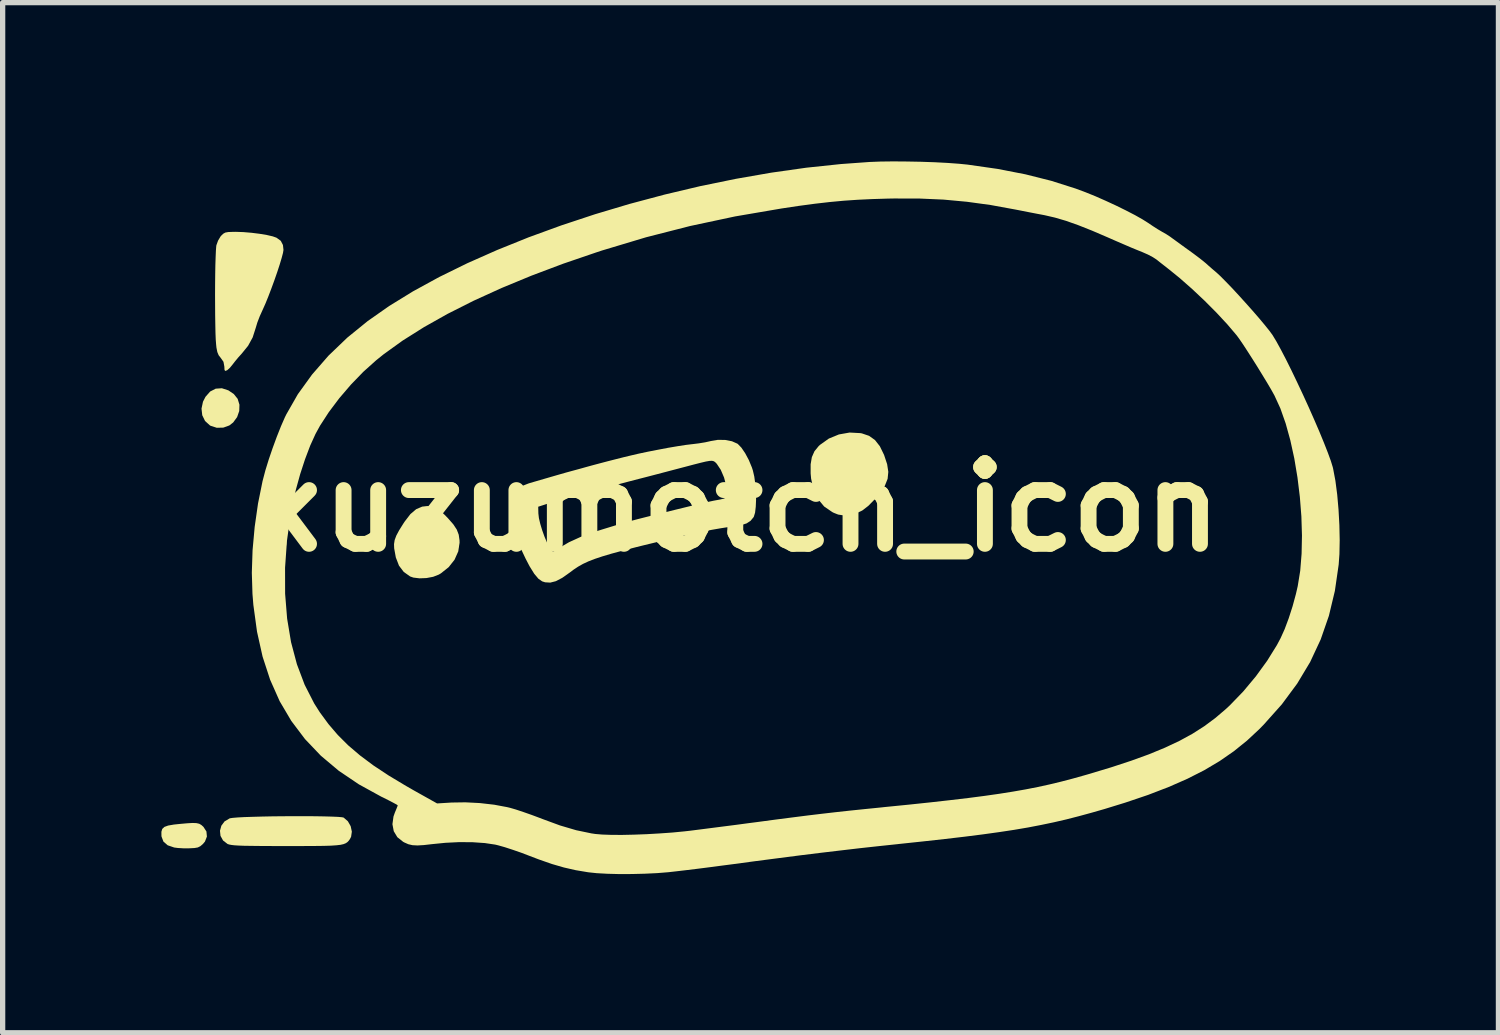
<source format=kicad_pcb>
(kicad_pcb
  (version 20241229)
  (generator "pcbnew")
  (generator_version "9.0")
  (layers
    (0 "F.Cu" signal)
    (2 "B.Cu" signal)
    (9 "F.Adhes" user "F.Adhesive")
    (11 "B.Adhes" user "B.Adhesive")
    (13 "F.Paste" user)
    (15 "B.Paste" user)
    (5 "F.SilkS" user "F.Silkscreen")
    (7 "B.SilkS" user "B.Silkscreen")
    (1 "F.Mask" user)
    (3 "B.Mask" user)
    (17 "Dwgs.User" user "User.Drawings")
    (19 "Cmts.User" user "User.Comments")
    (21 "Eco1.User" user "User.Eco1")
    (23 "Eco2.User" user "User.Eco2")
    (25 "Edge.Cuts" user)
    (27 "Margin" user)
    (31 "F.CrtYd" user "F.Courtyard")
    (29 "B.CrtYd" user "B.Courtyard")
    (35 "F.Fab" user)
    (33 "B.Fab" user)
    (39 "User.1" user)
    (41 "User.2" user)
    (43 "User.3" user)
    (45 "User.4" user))
  (footprint "kuzumotch_icon"
    (layer "F.Cu")
    (at 10.918 6.538)
    (property "Reference" "kuzumotch_icon" (at 0 0 0) (layer "F.SilkS") (effects (font (size 1.524 1.524) (thickness 0.3))))
    (attr board_only exclude_from_pos_files exclude_from_bom)
    (fp_poly (pts (xy -9.652 -2.211) (xy -9.55 -2.142) (xy -9.477 -2.051) (xy -9.443 -1.94) (xy -9.447 -1.821) (xy -9.487 -1.706) (xy -9.562 -1.604) (xy -9.634 -1.548) (xy -9.747 -1.507) (xy -9.871 -1.504) (xy -9.986 -1.541) (xy -10 -1.548) (xy -10.093 -1.632) (xy -10.146 -1.741) (xy -10.16 -1.866) (xy -10.132 -1.997) (xy -10.085 -2.089) (xy -9.997 -2.189) (xy -9.892 -2.243) (xy -9.775 -2.251)) (stroke (width 0) (type solid)) (fill yes) (layer "F.SilkS"))
    (fp_poly (pts (xy -10.255 5.967) (xy -10.203 5.979) (xy -10.163 6.002) (xy -10.124 6.037) (xy -10.067 6.125) (xy -10.058 6.221) (xy -10.095 6.316) (xy -10.136 6.364) (xy -10.182 6.403) (xy -10.23 6.427) (xy -10.295 6.438) (xy -10.393 6.443) (xy -10.396 6.443) (xy -10.504 6.443) (xy -10.606 6.437) (xy -10.676 6.428) (xy -10.799 6.386) (xy -10.879 6.317) (xy -10.915 6.223) (xy -10.917 6.208) (xy -10.918 6.131) (xy -10.902 6.077) (xy -10.862 6.039) (xy -10.791 6.013) (xy -10.681 5.994) (xy -10.576 5.983) (xy -10.431 5.97) (xy -10.328 5.964)) (stroke (width 0) (type solid)) (fill yes) (layer "F.SilkS"))
    (fp_poly (pts (xy -5.809 -0.018) (xy -5.733 0.008) (xy -5.655 0.059) (xy -5.564 0.142) (xy -5.503 0.205) (xy -5.402 0.32) (xy -5.336 0.42) (xy -5.299 0.517) (xy -5.284 0.624) (xy -5.283 0.667) (xy -5.308 0.832) (xy -5.378 0.989) (xy -5.489 1.13) (xy -5.636 1.247) (xy -5.677 1.271) (xy -5.782 1.312) (xy -5.909 1.336) (xy -6.04 1.341) (xy -6.156 1.327) (xy -6.217 1.306) (xy -6.338 1.22) (xy -6.428 1.102) (xy -6.488 0.946) (xy -6.519 0.775) (xy -6.522 0.695) (xy -6.51 0.618) (xy -6.479 0.534) (xy -6.425 0.433) (xy -6.345 0.305) (xy -6.319 0.266) (xy -6.212 0.127) (xy -6.104 0.035) (xy -5.99 -0.014) (xy -5.894 -0.025)) (stroke (width 0) (type solid)) (fill yes) (layer "F.SilkS"))
    (fp_poly (pts (xy 2.291 -1.403) (xy 2.319 -1.398) (xy 2.455 -1.352) (xy 2.566 -1.273) (xy 2.659 -1.155) (xy 2.738 -0.993) (xy 2.742 -0.982) (xy 2.797 -0.815) (xy 2.819 -0.671) (xy 2.806 -0.54) (xy 2.755 -0.411) (xy 2.664 -0.273) (xy 2.568 -0.158) (xy 2.442 -0.029) (xy 2.326 0.06) (xy 2.208 0.115) (xy 2.079 0.142) (xy 2.05 0.145) (xy 1.949 0.148) (xy 1.871 0.136) (xy 1.79 0.104) (xy 1.76 0.089) (xy 1.607 -0.016) (xy 1.489 -0.157) (xy 1.406 -0.334) (xy 1.36 -0.543) (xy 1.351 -0.642) (xy 1.351 -0.814) (xy 1.374 -0.949) (xy 1.423 -1.06) (xy 1.503 -1.158) (xy 1.529 -1.182) (xy 1.695 -1.3) (xy 1.885 -1.378) (xy 2.088 -1.414)) (stroke (width 0) (type solid)) (fill yes) (layer "F.SilkS"))
    (fp_poly (pts (xy -8.205 5.836) (xy -8.015 5.837) (xy -7.843 5.84) (xy -7.696 5.844) (xy -7.58 5.849) (xy -7.503 5.856) (xy -7.473 5.863) (xy -7.394 5.932) (xy -7.341 6.025) (xy -7.319 6.128) (xy -7.333 6.225) (xy -7.355 6.268) (xy -7.378 6.3) (xy -7.403 6.326) (xy -7.434 6.347) (xy -7.476 6.364) (xy -7.533 6.377) (xy -7.612 6.386) (xy -7.715 6.393) (xy -7.849 6.397) (xy -8.018 6.399) (xy -8.226 6.4) (xy -8.479 6.4) (xy -8.565 6.4) (xy -8.827 6.4) (xy -9.042 6.399) (xy -9.217 6.397) (xy -9.355 6.395) (xy -9.461 6.391) (xy -9.54 6.386) (xy -9.598 6.379) (xy -9.638 6.371) (xy -9.665 6.362) (xy -9.668 6.361) (xy -9.753 6.295) (xy -9.801 6.208) (xy -9.811 6.111) (xy -9.785 6.016) (xy -9.725 5.935) (xy -9.631 5.879) (xy -9.624 5.876) (xy -9.573 5.868) (xy -9.48 5.86) (xy -9.351 5.853) (xy -9.194 5.848) (xy -9.013 5.843) (xy -8.818 5.839) (xy -8.613 5.837) (xy -8.407 5.836)) (stroke (width 0) (type solid)) (fill yes) (layer "F.SilkS"))
    (fp_poly (pts (xy -9.37 -5.202) (xy -9.215 -5.189) (xy -9.063 -5.17) (xy -8.925 -5.147) (xy -8.813 -5.121) (xy -8.743 -5.096) (xy -8.662 -5.037) (xy -8.621 -4.958) (xy -8.611 -4.865) (xy -8.62 -4.809) (xy -8.645 -4.714) (xy -8.682 -4.59) (xy -8.729 -4.446) (xy -8.783 -4.291) (xy -8.84 -4.135) (xy -8.897 -3.986) (xy -8.951 -3.853) (xy -8.999 -3.745) (xy -9.01 -3.721) (xy -9.06 -3.61) (xy -9.105 -3.493) (xy -9.134 -3.396) (xy -9.193 -3.212) (xy -9.28 -3.053) (xy -9.396 -2.91) (xy -9.468 -2.83) (xy -9.533 -2.751) (xy -9.573 -2.699) (xy -9.623 -2.638) (xy -9.672 -2.594) (xy -9.679 -2.59) (xy -9.711 -2.578) (xy -9.725 -2.596) (xy -9.728 -2.653) (xy -9.728 -2.658) (xy -9.745 -2.751) (xy -9.797 -2.825) (xy -9.836 -2.875) (xy -9.861 -2.935) (xy -9.878 -3.02) (xy -9.884 -3.08) (xy -9.891 -3.17) (xy -9.896 -3.296) (xy -9.899 -3.452) (xy -9.902 -3.631) (xy -9.903 -3.823) (xy -9.904 -4.022) (xy -9.903 -4.22) (xy -9.901 -4.41) (xy -9.898 -4.583) (xy -9.893 -4.733) (xy -9.888 -4.851) (xy -9.882 -4.93) (xy -9.879 -4.953) (xy -9.847 -5.041) (xy -9.8 -5.12) (xy -9.785 -5.137) (xy -9.748 -5.172) (xy -9.71 -5.193) (xy -9.655 -5.203) (xy -9.572 -5.206) (xy -9.514 -5.207)) (stroke (width 0) (type solid)) (fill yes) (layer "F.SilkS"))
    (fp_poly (pts (xy -0.264 -1.274) (xy -0.135 -1.249) (xy -0.034 -1.204) (xy -0.026 -1.199) (xy 0.042 -1.129) (xy 0.114 -1.023) (xy 0.183 -0.894) (xy 0.241 -0.754) (xy 0.259 -0.699) (xy 0.286 -0.583) (xy 0.305 -0.444) (xy 0.317 -0.295) (xy 0.32 -0.147) (xy 0.314 -0.011) (xy 0.301 0.1) (xy 0.278 0.175) (xy 0.273 0.185) (xy 0.215 0.255) (xy 0.141 0.303) (xy 0.039 0.336) (xy -0.101 0.358) (xy -0.108 0.359) (xy -0.215 0.374) (xy -0.354 0.396) (xy -0.51 0.423) (xy -0.67 0.454) (xy -0.819 0.484) (xy -0.945 0.511) (xy -1.029 0.532) (xy -1.086 0.547) (xy -1.178 0.569) (xy -1.29 0.595) (xy -1.359 0.611) (xy -1.488 0.64) (xy -1.645 0.678) (xy -1.81 0.718) (xy -1.943 0.751) (xy -2.198 0.817) (xy -2.409 0.874) (xy -2.584 0.926) (xy -2.728 0.974) (xy -2.849 1.021) (xy -2.952 1.069) (xy -3.044 1.121) (xy -3.131 1.179) (xy -3.2 1.231) (xy -3.343 1.332) (xy -3.464 1.395) (xy -3.569 1.422) (xy -3.667 1.416) (xy -3.723 1.398) (xy -3.794 1.348) (xy -3.873 1.254) (xy -3.961 1.112) (xy -4.038 0.964) (xy -4.129 0.771) (xy -4.195 0.609) (xy -4.24 0.464) (xy -4.269 0.324) (xy -4.284 0.178) (xy -4.285 0.161) (xy -4.29 -0.012) (xy -3.797 -0.012) (xy -3.794 0.115) (xy -3.784 0.203) (xy -3.758 0.313) (xy -3.722 0.432) (xy -3.679 0.552) (xy -3.632 0.663) (xy -3.586 0.754) (xy -3.545 0.816) (xy -3.513 0.838) (xy -3.488 0.825) (xy -3.434 0.791) (xy -3.387 0.759) (xy -3.216 0.659) (xy -2.999 0.56) (xy -2.739 0.465) (xy -2.603 0.422) (xy -2.479 0.384) (xy -2.365 0.349) (xy -2.275 0.321) (xy -2.22 0.304) (xy -2.158 0.286) (xy -2.055 0.259) (xy -1.919 0.223) (xy -1.757 0.182) (xy -1.577 0.137) (xy -1.389 0.09) (xy -1.198 0.043) (xy -1.014 -0.002) (xy -0.845 -0.043) (xy -0.698 -0.078) (xy -0.58 -0.105) (xy -0.501 -0.122) (xy -0.483 -0.126) (xy -0.368 -0.147) (xy -0.294 -0.164) (xy -0.253 -0.182) (xy -0.234 -0.205) (xy -0.229 -0.238) (xy -0.229 -0.254) (xy -0.244 -0.407) (xy -0.285 -0.564) (xy -0.347 -0.709) (xy -0.422 -0.822) (xy -0.433 -0.834) (xy -0.456 -0.857) (xy -0.48 -0.872) (xy -0.513 -0.88) (xy -0.56 -0.878) (xy -0.629 -0.866) (xy -0.726 -0.843) (xy -0.859 -0.809) (xy -1.033 -0.763) (xy -1.041 -0.761) (xy -1.197 -0.72) (xy -1.383 -0.671) (xy -1.581 -0.619) (xy -1.773 -0.569) (xy -1.867 -0.545) (xy -2.06 -0.495) (xy -2.269 -0.44) (xy -2.487 -0.382) (xy -2.707 -0.323) (xy -2.921 -0.265) (xy -3.121 -0.21) (xy -3.302 -0.16) (xy -3.456 -0.117) (xy -3.576 -0.082) (xy -3.654 -0.059) (xy -3.658 -0.057) (xy -3.797 -0.012) (xy -4.29 -0.012) (xy -4.29 -0.02) (xy -4.279 -0.161) (xy -4.246 -0.266) (xy -4.188 -0.345) (xy -4.102 -0.404) (xy -3.982 -0.451) (xy -3.954 -0.46) (xy -3.683 -0.539) (xy -3.459 -0.604) (xy -3.278 -0.656) (xy -3.139 -0.694) (xy -3.124 -0.698) (xy -3.017 -0.727) (xy -2.91 -0.757) (xy -2.845 -0.775) (xy -2.757 -0.799) (xy -2.633 -0.832) (xy -2.485 -0.871) (xy -2.328 -0.911) (xy -2.174 -0.95) (xy -2.057 -0.978) (xy -1.903 -1.014) (xy -1.724 -1.052) (xy -1.534 -1.089) (xy -1.345 -1.125) (xy -1.168 -1.155) (xy -1.015 -1.179) (xy -0.899 -1.193) (xy -0.889 -1.194) (xy -0.767 -1.209) (xy -0.644 -1.229) (xy -0.544 -1.251) (xy -0.533 -1.254) (xy -0.403 -1.276)) (stroke (width 0) (type solid)) (fill yes) (layer "F.SilkS"))
    (fp_poly (pts (xy 3.167 -6.536) (xy 3.433 -6.531) (xy 3.695 -6.522) (xy 3.941 -6.509) (xy 4.159 -6.493) (xy 4.318 -6.477) (xy 4.884 -6.396) (xy 5.409 -6.294) (xy 5.898 -6.171) (xy 6.358 -6.025) (xy 6.546 -5.955) (xy 6.729 -5.881) (xy 6.924 -5.795) (xy 7.121 -5.704) (xy 7.31 -5.611) (xy 7.482 -5.522) (xy 7.625 -5.441) (xy 7.725 -5.378) (xy 7.82 -5.314) (xy 7.914 -5.254) (xy 7.987 -5.211) (xy 7.988 -5.21) (xy 8.068 -5.165) (xy 8.139 -5.119) (xy 8.153 -5.109) (xy 8.198 -5.076) (xy 8.274 -5.021) (xy 8.37 -4.951) (xy 8.476 -4.874) (xy 8.484 -4.869) (xy 8.591 -4.791) (xy 8.688 -4.718) (xy 8.765 -4.658) (xy 8.812 -4.619) (xy 8.814 -4.618) (xy 8.866 -4.571) (xy 8.94 -4.506) (xy 9.018 -4.44) (xy 9.093 -4.371) (xy 9.192 -4.271) (xy 9.31 -4.149) (xy 9.439 -4.01) (xy 9.572 -3.863) (xy 9.704 -3.715) (xy 9.827 -3.573) (xy 9.934 -3.445) (xy 10.02 -3.338) (xy 10.078 -3.259) (xy 10.08 -3.256) (xy 10.152 -3.137) (xy 10.237 -2.982) (xy 10.333 -2.798) (xy 10.437 -2.589) (xy 10.545 -2.364) (xy 10.655 -2.13) (xy 10.764 -1.891) (xy 10.868 -1.656) (xy 10.965 -1.431) (xy 11.051 -1.222) (xy 11.124 -1.036) (xy 11.181 -0.88) (xy 11.218 -0.76) (xy 11.225 -0.73) (xy 11.268 -0.503) (xy 11.302 -0.241) (xy 11.327 0.044) (xy 11.343 0.335) (xy 11.349 0.62) (xy 11.344 0.884) (xy 11.33 1.08) (xy 11.258 1.578) (xy 11.145 2.049) (xy 10.99 2.496) (xy 10.791 2.922) (xy 10.546 3.33) (xy 10.255 3.723) (xy 9.915 4.104) (xy 9.83 4.191) (xy 9.596 4.409) (xy 9.348 4.609) (xy 9.081 4.794) (xy 8.79 4.967) (xy 8.471 5.129) (xy 8.118 5.284) (xy 7.728 5.434) (xy 7.296 5.58) (xy 6.903 5.701) (xy 6.655 5.772) (xy 6.416 5.837) (xy 6.182 5.897) (xy 5.949 5.951) (xy 5.71 6.001) (xy 5.461 6.049) (xy 5.197 6.094) (xy 4.913 6.137) (xy 4.604 6.18) (xy 4.264 6.223) (xy 3.889 6.267) (xy 3.473 6.313) (xy 3.012 6.362) (xy 2.997 6.364) (xy 2.637 6.402) (xy 2.281 6.441) (xy 1.922 6.483) (xy 1.551 6.527) (xy 1.161 6.575) (xy 0.743 6.629) (xy 0.289 6.688) (xy -0.102 6.741) (xy -0.326 6.77) (xy -0.553 6.8) (xy -0.773 6.828) (xy -0.977 6.853) (xy -1.155 6.874) (xy -1.296 6.89) (xy -1.34 6.895) (xy -1.551 6.912) (xy -1.784 6.923) (xy -2.026 6.929) (xy -2.266 6.93) (xy -2.491 6.924) (xy -2.691 6.913) (xy -2.852 6.896) (xy -2.858 6.895) (xy -3.09 6.856) (xy -3.313 6.805) (xy -3.54 6.739) (xy -3.786 6.653) (xy -3.962 6.586) (xy -4.119 6.526) (xy -4.278 6.471) (xy -4.428 6.422) (xy -4.552 6.387) (xy -4.61 6.373) (xy -4.805 6.344) (xy -5.036 6.328) (xy -5.289 6.326) (xy -5.551 6.339) (xy -5.802 6.364) (xy -5.96 6.382) (xy -6.08 6.389) (xy -6.173 6.384) (xy -6.251 6.366) (xy -6.326 6.333) (xy -6.35 6.32) (xy -6.459 6.233) (xy -6.527 6.12) (xy -6.552 5.987) (xy -6.532 5.842) (xy -6.506 5.768) (xy -6.476 5.696) (xy -6.456 5.645) (xy -6.452 5.631) (xy -6.473 5.616) (xy -6.532 5.584) (xy -6.62 5.538) (xy -6.729 5.483) (xy -6.763 5.467) (xy -7.185 5.235) (xy -7.566 4.978) (xy -7.906 4.692) (xy -8.204 4.379) (xy -8.463 4.036) (xy -8.683 3.663) (xy -8.863 3.258) (xy -9.006 2.82) (xy -9.111 2.349) (xy -9.18 1.844) (xy -9.197 1.635) (xy -9.209 1.236) (xy -9.206 1.14) (xy -8.581 1.14) (xy -8.58 1.632) (xy -8.542 2.102) (xy -8.468 2.547) (xy -8.357 2.965) (xy -8.211 3.352) (xy -8.03 3.706) (xy -7.924 3.873) (xy -7.761 4.095) (xy -7.584 4.302) (xy -7.387 4.498) (xy -7.164 4.688) (xy -6.911 4.877) (xy -6.622 5.068) (xy -6.292 5.266) (xy -6.149 5.348) (xy -5.708 5.595) (xy -5.433 5.578) (xy -5.174 5.574) (xy -4.9 5.588) (xy -4.629 5.619) (xy -4.383 5.665) (xy -4.329 5.678) (xy -4.219 5.71) (xy -4.078 5.757) (xy -3.921 5.812) (xy -3.766 5.87) (xy -3.717 5.889) (xy -3.385 6.011) (xy -3.08 6.101) (xy -2.792 6.161) (xy -2.718 6.172) (xy -2.588 6.183) (xy -2.417 6.189) (xy -2.214 6.19) (xy -1.988 6.185) (xy -1.748 6.176) (xy -1.503 6.162) (xy -1.263 6.145) (xy -1.036 6.123) (xy -0.929 6.111) (xy -0.756 6.089) (xy -0.545 6.062) (xy -0.312 6.032) (xy -0.069 6.001) (xy 0.169 5.969) (xy 0.354 5.945) (xy 0.705 5.898) (xy 1.016 5.858) (xy 1.299 5.822) (xy 1.566 5.79) (xy 1.826 5.76) (xy 2.091 5.731) (xy 2.372 5.702) (xy 2.68 5.671) (xy 2.743 5.664) (xy 3.205 5.618) (xy 3.621 5.574) (xy 3.995 5.532) (xy 4.333 5.492) (xy 4.64 5.452) (xy 4.92 5.412) (xy 5.177 5.371) (xy 5.417 5.329) (xy 5.645 5.284) (xy 5.865 5.236) (xy 6.081 5.184) (xy 6.299 5.127) (xy 6.524 5.064) (xy 6.604 5.041) (xy 7.029 4.913) (xy 7.409 4.788) (xy 7.748 4.665) (xy 8.05 4.54) (xy 8.322 4.412) (xy 8.567 4.278) (xy 8.791 4.135) (xy 8.997 3.982) (xy 9.192 3.816) (xy 9.275 3.739) (xy 9.527 3.478) (xy 9.765 3.193) (xy 9.979 2.898) (xy 10.161 2.605) (xy 10.232 2.472) (xy 10.309 2.301) (xy 10.386 2.095) (xy 10.459 1.868) (xy 10.522 1.636) (xy 10.556 1.488) (xy 10.603 1.198) (xy 10.629 0.877) (xy 10.636 0.532) (xy 10.625 0.171) (xy 10.596 -0.198) (xy 10.551 -0.566) (xy 10.491 -0.925) (xy 10.416 -1.268) (xy 10.328 -1.586) (xy 10.228 -1.87) (xy 10.116 -2.114) (xy 10.11 -2.125) (xy 10.052 -2.229) (xy 9.976 -2.358) (xy 9.887 -2.504) (xy 9.792 -2.659) (xy 9.695 -2.813) (xy 9.602 -2.958) (xy 9.519 -3.085) (xy 9.45 -3.186) (xy 9.402 -3.251) (xy 9.228 -3.456) (xy 9.023 -3.677) (xy 8.797 -3.904) (xy 8.561 -4.126) (xy 8.327 -4.332) (xy 8.125 -4.496) (xy 8.037 -4.565) (xy 7.95 -4.633) (xy 7.889 -4.682) (xy 7.82 -4.727) (xy 7.724 -4.778) (xy 7.619 -4.824) (xy 7.615 -4.826) (xy 7.532 -4.859) (xy 7.413 -4.908) (xy 7.271 -4.969) (xy 7.116 -5.036) (xy 6.968 -5.101) (xy 6.67 -5.229) (xy 6.408 -5.333) (xy 6.176 -5.415) (xy 5.968 -5.476) (xy 5.778 -5.52) (xy 5.753 -5.525) (xy 5.631 -5.548) (xy 5.481 -5.577) (xy 5.324 -5.608) (xy 5.216 -5.629) (xy 4.751 -5.714) (xy 4.305 -5.775) (xy 3.863 -5.816) (xy 3.408 -5.836) (xy 2.925 -5.837) (xy 2.811 -5.835) (xy 2.515 -5.826) (xy 2.241 -5.813) (xy 1.977 -5.795) (xy 1.711 -5.77) (xy 1.432 -5.738) (xy 1.126 -5.697) (xy 0.8 -5.648) (xy -0.077 -5.498) (xy -0.926 -5.317) (xy -1.759 -5.104) (xy -2.592 -4.854) (xy -2.692 -4.821) (xy -3.324 -4.605) (xy -3.924 -4.379) (xy -4.49 -4.145) (xy -5.019 -3.904) (xy -5.509 -3.657) (xy -5.957 -3.405) (xy -6.36 -3.151) (xy -6.717 -2.894) (xy -6.861 -2.778) (xy -7.102 -2.562) (xy -7.336 -2.32) (xy -7.556 -2.063) (xy -7.754 -1.8) (xy -7.92 -1.544) (xy -8.006 -1.387) (xy -8.106 -1.167) (xy -8.204 -0.908) (xy -8.296 -0.626) (xy -8.377 -0.333) (xy -8.444 -0.043) (xy -8.471 0.101) (xy -8.545 0.629) (xy -8.581 1.14) (xy -9.206 1.14) (xy -9.195 0.809) (xy -9.155 0.368) (xy -9.092 -0.073) (xy -9.006 -0.498) (xy -9 -0.52) (xy -8.953 -0.699) (xy -8.89 -0.903) (xy -8.816 -1.12) (xy -8.737 -1.335) (xy -8.658 -1.534) (xy -8.584 -1.703) (xy -8.558 -1.756) (xy -8.339 -2.139) (xy -8.071 -2.51) (xy -7.759 -2.868) (xy -7.403 -3.209) (xy -7.019 -3.521) (xy -6.614 -3.805) (xy -6.162 -4.083) (xy -5.668 -4.353) (xy -5.136 -4.614) (xy -4.572 -4.864) (xy -3.979 -5.103) (xy -3.362 -5.328) (xy -2.725 -5.539) (xy -2.072 -5.734) (xy -1.408 -5.911) (xy -0.737 -6.07) (xy -0.064 -6.208) (xy 0.607 -6.325) (xy 1.271 -6.419) (xy 1.925 -6.488) (xy 2.464 -6.527) (xy 2.67 -6.535) (xy 2.908 -6.538)) (stroke (width 0) (type solid)) (fill yes) (layer "F.SilkS")))
  (gr_rect
    (start -3 -3)
    (end 25.267 16.467)
    (stroke (width 0.1) (type default))
    (fill no)
    (layer "Edge.Cuts")))
</source>
